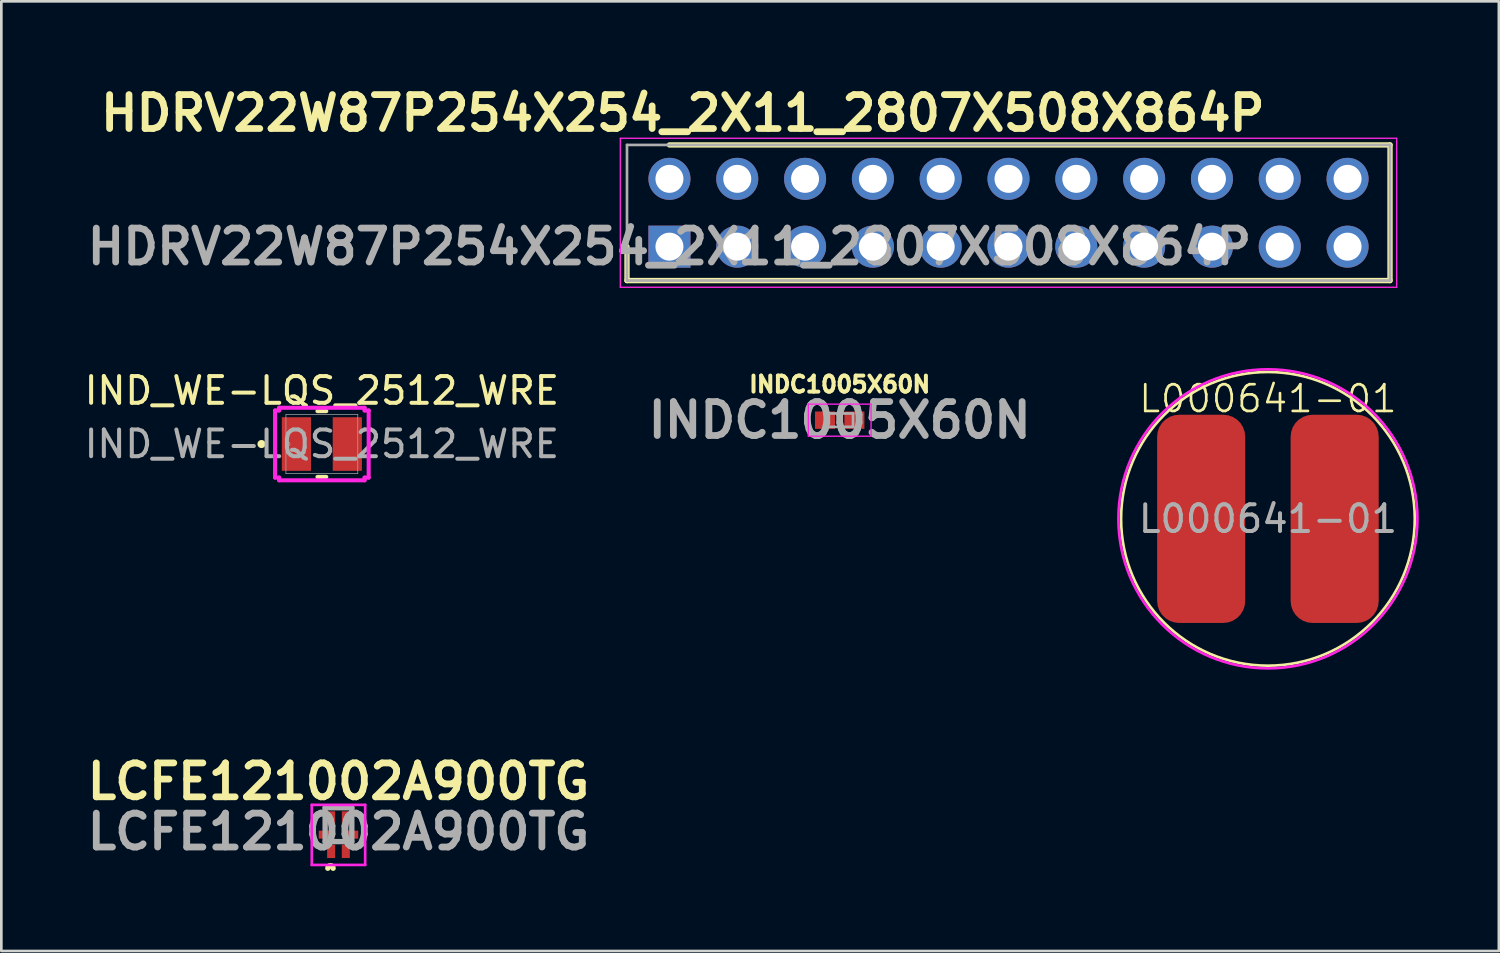
<source format=kicad_pcb>
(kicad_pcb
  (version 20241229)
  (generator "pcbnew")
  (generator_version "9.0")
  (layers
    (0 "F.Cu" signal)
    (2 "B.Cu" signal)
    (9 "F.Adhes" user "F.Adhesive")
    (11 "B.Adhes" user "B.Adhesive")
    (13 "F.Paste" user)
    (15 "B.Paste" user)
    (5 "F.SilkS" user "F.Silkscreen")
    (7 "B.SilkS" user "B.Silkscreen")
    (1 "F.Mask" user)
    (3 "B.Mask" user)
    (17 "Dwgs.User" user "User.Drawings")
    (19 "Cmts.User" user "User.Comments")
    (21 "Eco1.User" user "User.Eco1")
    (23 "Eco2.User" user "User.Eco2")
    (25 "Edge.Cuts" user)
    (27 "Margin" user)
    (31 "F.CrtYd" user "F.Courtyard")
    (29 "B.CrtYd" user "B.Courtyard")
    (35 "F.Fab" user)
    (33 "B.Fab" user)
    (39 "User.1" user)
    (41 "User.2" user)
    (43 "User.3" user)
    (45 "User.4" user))
  (footprint "HDRV22W87P254X254_2X11_2807X508X864P"
    (layer "F.Cu")
    (at 22.025 6.189)
    (property "Reference" "HDRV22W87P254X254_2X11_2807X508X864P" (at 0.5 -5 0) (layer "F.SilkS") (effects (font (size 1.27 1.27) (thickness 0.254))))
    (attr through_hole)
    (fp_line (start -1.59 0) (end -1.59 1.27) (stroke (width 0.2) (type solid)) (layer "F.SilkS"))
    (fp_line (start -1.59 1.27) (end 26.99 1.27) (stroke (width 0.2) (type solid)) (layer "F.SilkS"))
    (fp_line (start 26.99 -3.81) (end 0 -3.81) (stroke (width 0.2) (type solid)) (layer "F.SilkS"))
    (fp_line (start 26.99 1.27) (end 26.99 -3.81) (stroke (width 0.2) (type solid)) (layer "F.SilkS"))
    (fp_line (start -1.84 -4.06) (end 27.24 -4.06) (stroke (width 0.05) (type solid)) (layer "F.CrtYd"))
    (fp_line (start -1.84 1.52) (end -1.84 -4.06) (stroke (width 0.05) (type solid)) (layer "F.CrtYd"))
    (fp_line (start 27.24 -4.06) (end 27.24 1.52) (stroke (width 0.05) (type solid)) (layer "F.CrtYd"))
    (fp_line (start 27.24 1.52) (end -1.84 1.52) (stroke (width 0.05) (type solid)) (layer "F.CrtYd"))
    (fp_line (start -1.59 -3.81) (end 26.99 -3.81) (stroke (width 0.1) (type solid)) (layer "F.Fab"))
    (fp_line (start -1.59 1.27) (end -1.59 -3.81) (stroke (width 0.1) (type solid)) (layer "F.Fab"))
    (fp_line (start 26.99 -3.81) (end 26.99 1.27) (stroke (width 0.1) (type solid)) (layer "F.Fab"))
    (fp_line (start 26.99 1.27) (end -1.59 1.27) (stroke (width 0.1) (type solid)) (layer "F.Fab"))
    (fp_text user "${REFERENCE}" (at 0 0 0) (layer "F.Fab") (effects (font (size 1.27 1.27) (thickness 0.254))))
    (pad "1" thru_hole rect (at 0 0) (size 1.575 1.575) (drill 1.05) (layers "*.Cu" "*.Mask"))
    (pad "2" thru_hole circle (at 0 -2.54) (size 1.575 1.575) (drill 1.05) (layers "*.Cu" "*.Mask"))
    (pad "3" thru_hole circle (at 2.54 0) (size 1.575 1.575) (drill 1.05) (layers "*.Cu" "*.Mask"))
    (pad "4" thru_hole circle (at 2.54 -2.54) (size 1.575 1.575) (drill 1.05) (layers "*.Cu" "*.Mask"))
    (pad "5" thru_hole circle (at 5.08 0) (size 1.575 1.575) (drill 1.05) (layers "*.Cu" "*.Mask"))
    (pad "6" thru_hole circle (at 5.08 -2.54) (size 1.575 1.575) (drill 1.05) (layers "*.Cu" "*.Mask"))
    (pad "7" thru_hole circle (at 7.62 0) (size 1.575 1.575) (drill 1.05) (layers "*.Cu" "*.Mask"))
    (pad "8" thru_hole circle (at 7.62 -2.54) (size 1.575 1.575) (drill 1.05) (layers "*.Cu" "*.Mask"))
    (pad "9" thru_hole circle (at 10.16 0) (size 1.575 1.575) (drill 1.05) (layers "*.Cu" "*.Mask"))
    (pad "10" thru_hole circle (at 10.16 -2.54) (size 1.575 1.575) (drill 1.05) (layers "*.Cu" "*.Mask"))
    (pad "11" thru_hole circle (at 12.7 0) (size 1.575 1.575) (drill 1.05) (layers "*.Cu" "*.Mask"))
    (pad "12" thru_hole circle (at 12.7 -2.54) (size 1.575 1.575) (drill 1.05) (layers "*.Cu" "*.Mask"))
    (pad "13" thru_hole circle (at 15.24 0) (size 1.575 1.575) (drill 1.05) (layers "*.Cu" "*.Mask"))
    (pad "14" thru_hole circle (at 15.24 -2.54) (size 1.575 1.575) (drill 1.05) (layers "*.Cu" "*.Mask"))
    (pad "15" thru_hole circle (at 17.78 0) (size 1.575 1.575) (drill 1.05) (layers "*.Cu" "*.Mask"))
    (pad "16" thru_hole circle (at 17.78 -2.54) (size 1.575 1.575) (drill 1.05) (layers "*.Cu" "*.Mask"))
    (pad "17" thru_hole circle (at 20.32 0) (size 1.575 1.575) (drill 1.05) (layers "*.Cu" "*.Mask"))
    (pad "18" thru_hole circle (at 20.32 -2.54) (size 1.575 1.575) (drill 1.05) (layers "*.Cu" "*.Mask"))
    (pad "19" thru_hole circle (at 22.86 0) (size 1.575 1.575) (drill 1.05) (layers "*.Cu" "*.Mask"))
    (pad "20" thru_hole circle (at 22.86 -2.54) (size 1.575 1.575) (drill 1.05) (layers "*.Cu" "*.Mask"))
    (pad "21" thru_hole circle (at 25.4 0) (size 1.575 1.575) (drill 1.05) (layers "*.Cu" "*.Mask"))
    (pad "22" thru_hole circle (at 25.4 -2.54) (size 1.575 1.575) (drill 1.05) (layers "*.Cu" "*.Mask")))
  (footprint "L000641-01"
    (layer "F.Cu")
    (at 44.442 16.384)
    (property "Reference" "L000641-01" (at 0 -4.5 0) (unlocked yes) (layer "F.SilkS") (effects (font (size 1 1) (thickness 0.1))))
    (attr smd)
    (fp_circle (center 0 0) (end 5.5 0) (stroke (width 0.1) (type default)) (fill no) (layer "F.SilkS"))
    (fp_circle (center 0 0) (end 5.6 0) (stroke (width 0.1) (type default)) (fill no) (layer "F.CrtYd"))
    (fp_text user "${REFERENCE}" (at 0 0 0) (unlocked yes) (layer "F.Fab") (effects (font (size 1 1) (thickness 0.15))))
    (pad "1" smd roundrect (at -2.5 0) (size 3.3 7.8) (layers "F.Cu" "F.Mask" "F.Paste") (roundrect_rratio 0.25))
    (pad "2" smd roundrect (at 2.5 0) (size 3.3 7.8) (layers "F.Cu" "F.Mask" "F.Paste") (roundrect_rratio 0.25)))
  (footprint "LCFE121002A900TG"
    (layer "F.Cu")
    (at 9.628 28.222)
    (property "Reference" "LCFE121002A900TG" (at 0 -2 0) (layer "F.SilkS") (effects (font (size 1.27 1.27) (thickness 0.254))))
    (attr smd)
    (fp_arc (start -0.4 1.249) (mid -0.2995 1.1495) (end -0.2 1.25) (stroke (width 0.2) (type solid)) (layer "F.SilkS"))
    (fp_line (start -1 -1.125) (end -1 1.125) (stroke (width 0.1) (type solid)) (layer "F.CrtYd"))
    (fp_line (start -1 1.125) (end 1 1.125) (stroke (width 0.1) (type solid)) (layer "F.CrtYd"))
    (fp_line (start 1 -1.125) (end -1 -1.125) (stroke (width 0.1) (type solid)) (layer "F.CrtYd"))
    (fp_line (start 1 1.125) (end 1 -1.125) (stroke (width 0.1) (type solid)) (layer "F.CrtYd"))
    (fp_line (start -0.5 -1.018) (end -0.5 0.252) (stroke (width 0.2) (type solid)) (layer "F.Fab"))
    (fp_line (start -0.5 0.252) (end 0.5 0.252) (stroke (width 0.2) (type solid)) (layer "F.Fab"))
    (fp_line (start 0.5 -1.018) (end -0.5 -1.018) (stroke (width 0.2) (type solid)) (layer "F.Fab"))
    (fp_line (start 0.5 0.252) (end 0.5 -1.018) (stroke (width 0.2) (type solid)) (layer "F.Fab"))
    (fp_text user "${REFERENCE}" (at 0 -0.12 0) (layer "F.Fab") (effects (font (size 1.27 1.27) (thickness 0.254))))
    (pad "1" smd rect (at -0.275 0.617) (size 0.3 0.5) (layers "F.Cu" "F.Mask" "F.Paste"))
    (pad "2" smd rect (at 0.275 0.617) (size 0.3 0.5) (layers "F.Cu" "F.Mask" "F.Paste"))
    (pad "3" smd rect (at 0.275 -0.633) (size 0.3 0.5) (layers "F.Cu" "F.Mask" "F.Paste"))
    (pad "4" smd rect (at -0.275 -0.633) (size 0.3 0.5) (layers "F.Cu" "F.Mask" "F.Paste"))
    (pad "5" smd rect (at -0.49 -0.008 90) (size 0.3 0.5) (layers "F.Cu" "F.Mask" "F.Paste"))
    (pad "6" smd rect (at 0.49 -0.008 90) (size 0.3 0.5) (layers "F.Cu" "F.Mask" "F.Paste")))
  (footprint "INDC1005X60N"
    (layer "F.Cu")
    (at 28.402 12.688)
    (property "Reference" "INDC1005X60N" (at 0 -1.34 0) (layer "F.SilkS") (effects (font (size 0.6 0.6) (thickness 0.15))))
    (attr smd)
    (fp_line (start 0 -0.15) (end 0 0.15) (stroke (width 0.2) (type solid)) (layer "F.SilkS"))
    (fp_line (start -1.175 -0.6) (end 1.175 -0.6) (stroke (width 0.05) (type solid)) (layer "F.CrtYd"))
    (fp_line (start -1.175 0.6) (end -1.175 -0.6) (stroke (width 0.05) (type solid)) (layer "F.CrtYd"))
    (fp_line (start 1.175 -0.6) (end 1.175 0.6) (stroke (width 0.05) (type solid)) (layer "F.CrtYd"))
    (fp_line (start 1.175 0.6) (end -1.175 0.6) (stroke (width 0.05) (type solid)) (layer "F.CrtYd"))
    (fp_line (start -0.5 -0.25) (end 0.5 -0.25) (stroke (width 0.1) (type solid)) (layer "F.Fab"))
    (fp_line (start -0.5 0.25) (end -0.5 -0.25) (stroke (width 0.1) (type solid)) (layer "F.Fab"))
    (fp_line (start 0.5 -0.25) (end 0.5 0.25) (stroke (width 0.1) (type solid)) (layer "F.Fab"))
    (fp_line (start 0.5 0.25) (end -0.5 0.25) (stroke (width 0.1) (type solid)) (layer "F.Fab"))
    (fp_text user "${REFERENCE}" (at 0 0 0) (layer "F.Fab") (effects (font (size 1.27 1.27) (thickness 0.254))))
    (pad "1" smd rect (at -0.55 0 90) (size 0.65 0.75) (layers "F.Cu" "F.Mask" "F.Paste"))
    (pad "2" smd rect (at 0.55 0 90) (size 0.65 0.75) (layers "F.Cu" "F.Mask" "F.Paste")))
  (footprint "IND_WE-LQS_2512_WRE"
    (layer "F.Cu")
    (at 9.006 13.582)
    (property "Reference" "IND_WE-LQS_2512_WRE" (at 0 -2 0) (unlocked yes) (layer "F.SilkS") (effects (font (size 1 1) (thickness 0.15))))
    (attr smd)
    (fp_line (start -0.165 1.232) (end 0.165 1.232) (stroke (width 0.152) (type solid)) (layer "F.SilkS"))
    (fp_line (start 0.165 -1.232) (end -0.165 -1.232) (stroke (width 0.152) (type solid)) (layer "F.SilkS"))
    (fp_circle (center -2.261 0) (end -2.184 0) (stroke (width 0.152) (type solid)) (fill no) (layer "F.SilkS"))
    (fp_line (start -1.753 -1.257) (end -1.6 -1.257) (stroke (width 0.152) (type solid)) (layer "F.CrtYd"))
    (fp_line (start -1.753 1.257) (end -1.753 -1.257) (stroke (width 0.152) (type solid)) (layer "F.CrtYd"))
    (fp_line (start -1.6 -1.359) (end 1.6 -1.359) (stroke (width 0.152) (type solid)) (layer "F.CrtYd"))
    (fp_line (start -1.6 -1.257) (end -1.6 -1.359) (stroke (width 0.152) (type solid)) (layer "F.CrtYd"))
    (fp_line (start -1.6 1.257) (end -1.753 1.257) (stroke (width 0.152) (type solid)) (layer "F.CrtYd"))
    (fp_line (start -1.6 1.359) (end -1.6 1.257) (stroke (width 0.152) (type solid)) (layer "F.CrtYd"))
    (fp_line (start 1.6 -1.359) (end 1.6 -1.257) (stroke (width 0.152) (type solid)) (layer "F.CrtYd"))
    (fp_line (start 1.6 -1.257) (end 1.753 -1.257) (stroke (width 0.152) (type solid)) (layer "F.CrtYd"))
    (fp_line (start 1.6 1.257) (end 1.6 1.359) (stroke (width 0.152) (type solid)) (layer "F.CrtYd"))
    (fp_line (start 1.6 1.359) (end -1.6 1.359) (stroke (width 0.152) (type solid)) (layer "F.CrtYd"))
    (fp_line (start 1.753 -1.257) (end 1.753 1.257) (stroke (width 0.152) (type solid)) (layer "F.CrtYd"))
    (fp_line (start 1.753 1.257) (end 1.6 1.257) (stroke (width 0.152) (type solid)) (layer "F.CrtYd"))
    (fp_line (start -1.346 -1.105) (end -1.346 1.105) (stroke (width 0.025) (type solid)) (layer "F.Fab"))
    (fp_line (start -1.346 1.105) (end 1.346 1.105) (stroke (width 0.025) (type solid)) (layer "F.Fab"))
    (fp_line (start 1.346 -1.105) (end -1.346 -1.105) (stroke (width 0.025) (type solid)) (layer "F.Fab"))
    (fp_line (start 1.346 1.105) (end 1.346 -1.105) (stroke (width 0.025) (type solid)) (layer "F.Fab"))
    (fp_circle (center -1.27 0) (end -1.194 0) (stroke (width 0.025) (type solid)) (fill no) (layer "F.Fab"))
    (fp_text user "${REFERENCE}" (at 0 0 0) (unlocked yes) (layer "F.Fab") (effects (font (size 1 1) (thickness 0.15))))
    (pad "1" smd rect (at -0.953 0) (size 1.092 2.007) (layers "F.Cu" "F.Mask" "F.Paste"))
    (pad "2" smd rect (at 0.953 0) (size 1.092 2.007) (layers "F.Cu" "F.Mask" "F.Paste"))
    (zone (net_name "") (layer "F.Cu") (hatch full 0.508) (connect_pads) (min_thickness 0.254) (filled_areas_thickness no) (keepout (tracks not_allowed) (vias not_allowed) (pads allowed) (copperpour not_allowed) (footprints allowed)) (placement (enabled no)) (fill) (polygon (pts (xy 8.65 12.528) (xy 9.362 12.528) (xy 9.362 14.636) (xy 8.65 14.636)))))
  (gr_rect
    (start -3 -3)
    (end 53.092 32.572)
    (stroke (width 0.1) (type default))
    (fill no)
    (layer "Edge.Cuts")))
</source>
